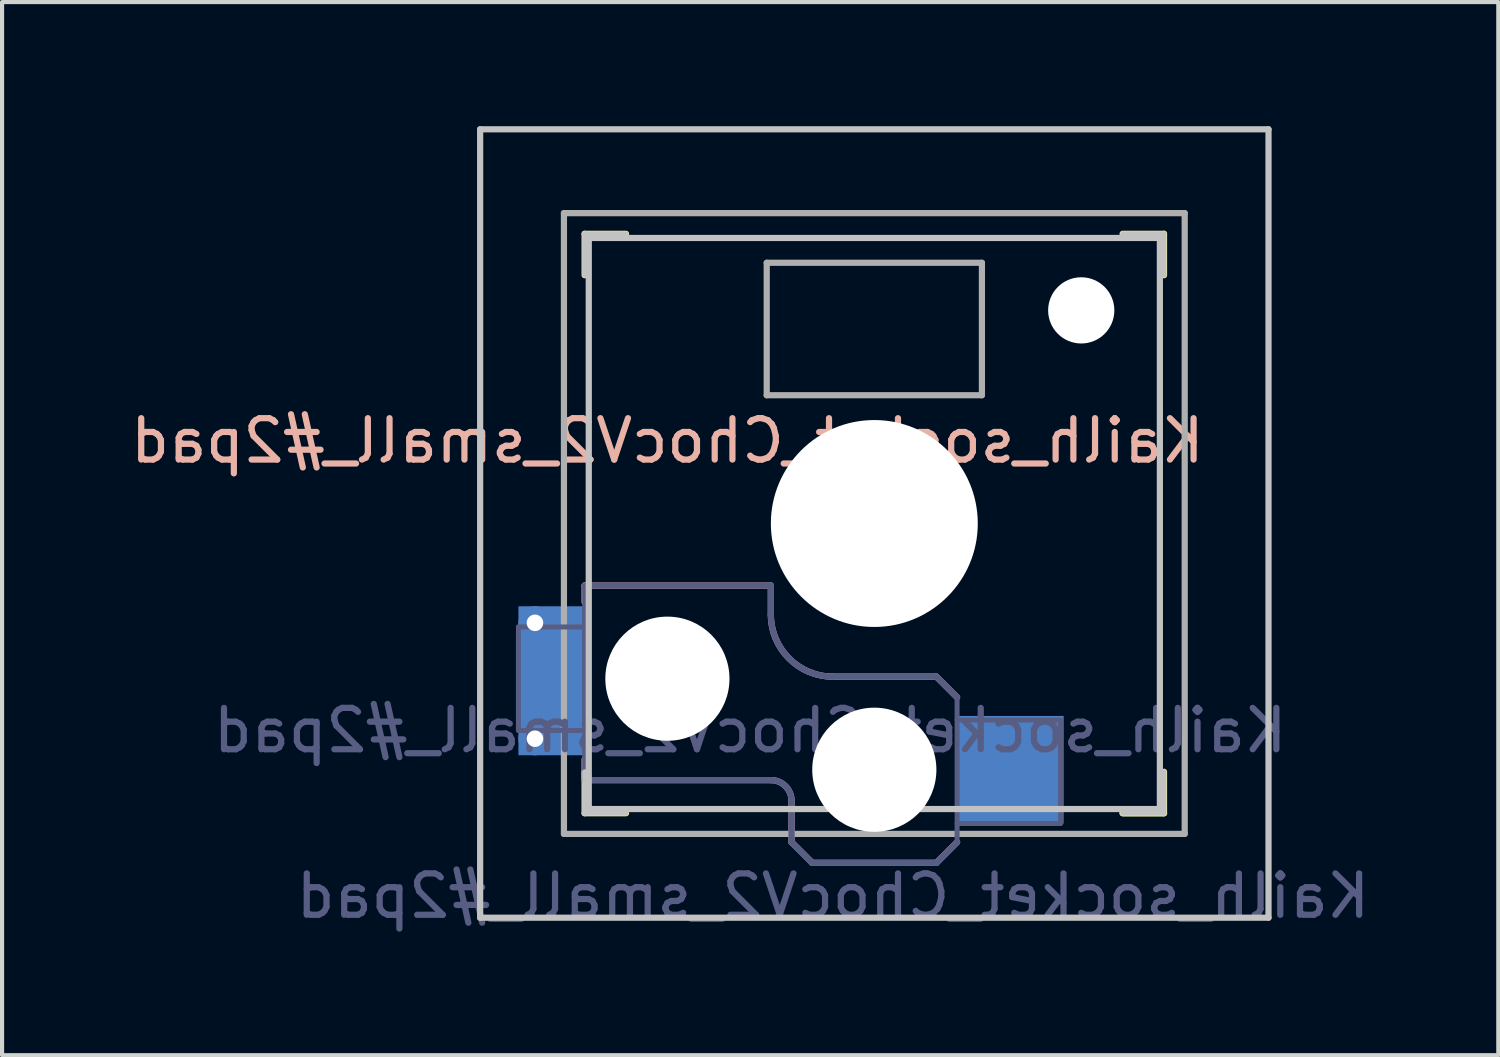
<source format=kicad_pcb>
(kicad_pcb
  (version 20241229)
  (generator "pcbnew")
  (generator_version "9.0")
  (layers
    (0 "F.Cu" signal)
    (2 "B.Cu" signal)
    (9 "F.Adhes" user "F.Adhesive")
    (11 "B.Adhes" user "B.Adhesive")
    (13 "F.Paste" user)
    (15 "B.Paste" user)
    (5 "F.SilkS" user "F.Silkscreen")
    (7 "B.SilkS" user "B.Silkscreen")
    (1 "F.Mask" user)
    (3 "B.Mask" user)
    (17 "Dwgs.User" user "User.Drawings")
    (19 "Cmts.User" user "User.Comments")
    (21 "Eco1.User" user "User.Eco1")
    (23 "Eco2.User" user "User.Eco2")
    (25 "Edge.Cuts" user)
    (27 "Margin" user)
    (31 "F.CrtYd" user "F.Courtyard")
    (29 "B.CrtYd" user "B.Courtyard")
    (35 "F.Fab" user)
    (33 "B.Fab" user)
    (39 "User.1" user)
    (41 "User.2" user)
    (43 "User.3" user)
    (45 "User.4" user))
  (footprint "Kailh_socket_ChocV2_small_#2pad"
    (layer "F.Cu")
    (at 18.077 9.6)
    (property "Reference" "Kailh_socket_ChocV2_small_#2pad" (at -5 -2 0) (layer "B.SilkS") (effects (font (size 1 1) (thickness 0.15)) (justify mirror)))
    (property "Value" "Kailh_socket_ChocV2_small_#2pad" (at 0 8.255 0) (layer "F.Fab") (hide yes) (effects (font (size 1 1) (thickness 0.15))))
    (attr through_hole)
    (fp_line (start -7 -6) (end -7 -7) (stroke (width 0.15) (type solid)) (layer "F.SilkS"))
    (fp_line (start -7 7) (end -7 6) (stroke (width 0.15) (type solid)) (layer "F.SilkS"))
    (fp_line (start -7 7) (end -6 7) (stroke (width 0.15) (type solid)) (layer "F.SilkS"))
    (fp_line (start -6 -7) (end -7 -7) (stroke (width 0.15) (type solid)) (layer "F.SilkS"))
    (fp_line (start 6 7) (end 7 7) (stroke (width 0.15) (type solid)) (layer "F.SilkS"))
    (fp_line (start 7 -7) (end 6 -7) (stroke (width 0.15) (type solid)) (layer "F.SilkS"))
    (fp_line (start 7 -7) (end 7 -6) (stroke (width 0.15) (type solid)) (layer "F.SilkS"))
    (fp_line (start 7 6) (end 7 7) (stroke (width 0.15) (type solid)) (layer "F.SilkS"))
    (fp_line (start 7 7) (end 6 7) (stroke (width 0.15) (type solid)) (layer "F.SilkS"))
    (fp_line (start -7 1.5) (end -7 1.9) (stroke (width 0.15) (type solid)) (layer "B.SilkS"))
    (fp_line (start -7 5.7) (end -7 6.2) (stroke (width 0.15) (type solid)) (layer "B.SilkS"))
    (fp_line (start -7 6.2) (end -2.5 6.2) (stroke (width 0.15) (type solid)) (layer "B.SilkS"))
    (fp_line (start -2.5 1.5) (end -7 1.5) (stroke (width 0.15) (type solid)) (layer "B.SilkS"))
    (fp_line (start -2.5 2.2) (end -2.5 1.5) (stroke (width 0.15) (type solid)) (layer "B.SilkS"))
    (fp_line (start -2 6.7) (end -2 7.7) (stroke (width 0.15) (type solid)) (layer "B.SilkS"))
    (fp_line (start -1.5 8.2) (end -2 7.7) (stroke (width 0.15) (type solid)) (layer "B.SilkS"))
    (fp_line (start 1.5 3.7) (end -1 3.7) (stroke (width 0.15) (type solid)) (layer "B.SilkS"))
    (fp_line (start 1.5 8.2) (end -1.5 8.2) (stroke (width 0.15) (type solid)) (layer "B.SilkS"))
    (fp_line (start 2 4.2) (end 1.5 3.7) (stroke (width 0.15) (type solid)) (layer "B.SilkS"))
    (fp_line (start 2 7.7) (end 1.5 8.2) (stroke (width 0.15) (type solid)) (layer "B.SilkS"))
    (fp_arc (start -2.5 6.2) (mid -2.146447 6.346447) (end -2 6.7) (stroke (width 0.15) (type solid)) (layer "B.SilkS"))
    (fp_arc (start -1 3.7) (mid -2.06066 3.26066) (end -2.5 2.2) (stroke (width 0.15) (type solid)) (layer "B.SilkS"))
    (fp_line (start -9.525 -9.525) (end 9.525 -9.525) (stroke (width 0.15) (type solid)) (layer "Dwgs.User"))
    (fp_line (start -9.525 9.525) (end -9.525 -9.525) (stroke (width 0.15) (type solid)) (layer "Dwgs.User"))
    (fp_line (start -7 -7) (end -7 -6) (stroke (width 0.12) (type solid)) (layer "Dwgs.User"))
    (fp_line (start -7 -7) (end -6 -7) (stroke (width 0.12) (type solid)) (layer "Dwgs.User"))
    (fp_line (start -7 7) (end -7 6) (stroke (width 0.12) (type solid)) (layer "Dwgs.User"))
    (fp_line (start -7 7) (end -6 7) (stroke (width 0.12) (type solid)) (layer "Dwgs.User"))
    (fp_line (start -6.9 6.9) (end -6.9 -6.9) (stroke (width 0.15) (type solid)) (layer "Dwgs.User"))
    (fp_line (start -6.9 6.9) (end 6.9 6.9) (stroke (width 0.15) (type solid)) (layer "Dwgs.User"))
    (fp_line (start 6.9 -6.9) (end -6.9 -6.9) (stroke (width 0.15) (type solid)) (layer "Dwgs.User"))
    (fp_line (start 6.9 -6.9) (end 6.9 6.9) (stroke (width 0.15) (type solid)) (layer "Dwgs.User"))
    (fp_line (start 7 -7) (end 6 -7) (stroke (width 0.12) (type solid)) (layer "Dwgs.User"))
    (fp_line (start 7 -7) (end 7 -6) (stroke (width 0.12) (type solid)) (layer "Dwgs.User"))
    (fp_line (start 7 7) (end 6 7) (stroke (width 0.12) (type solid)) (layer "Dwgs.User"))
    (fp_line (start 7 7) (end 7 6) (stroke (width 0.12) (type solid)) (layer "Dwgs.User"))
    (fp_line (start 9.525 -9.525) (end 9.525 9.525) (stroke (width 0.15) (type solid)) (layer "Dwgs.User"))
    (fp_line (start 9.525 9.525) (end -9.525 9.525) (stroke (width 0.15) (type solid)) (layer "Dwgs.User"))
    (fp_line (start -8.6 2.5) (end -7 2.5) (stroke (width 0.12) (type solid)) (layer "B.Fab"))
    (fp_line (start -8.6 5) (end -8.6 2.5) (stroke (width 0.12) (type solid)) (layer "B.Fab"))
    (fp_line (start -7 1.5) (end -7 6.2) (stroke (width 0.12) (type solid)) (layer "B.Fab"))
    (fp_line (start -7 5) (end -8.6 5) (stroke (width 0.12) (type solid)) (layer "B.Fab"))
    (fp_line (start -7 6.2) (end -2.5 6.2) (stroke (width 0.15) (type solid)) (layer "B.Fab"))
    (fp_line (start -2.5 1.5) (end -7 1.5) (stroke (width 0.15) (type solid)) (layer "B.Fab"))
    (fp_line (start -2.5 2.2) (end -2.5 1.5) (stroke (width 0.15) (type solid)) (layer "B.Fab"))
    (fp_line (start -2 6.7) (end -2 7.7) (stroke (width 0.15) (type solid)) (layer "B.Fab"))
    (fp_line (start -1.5 8.2) (end -2 7.7) (stroke (width 0.15) (type solid)) (layer "B.Fab"))
    (fp_line (start 1.5 3.7) (end -1 3.7) (stroke (width 0.15) (type solid)) (layer "B.Fab"))
    (fp_line (start 1.5 8.2) (end -1.5 8.2) (stroke (width 0.15) (type solid)) (layer "B.Fab"))
    (fp_line (start 2 4.2) (end 1.5 3.7) (stroke (width 0.15) (type solid)) (layer "B.Fab"))
    (fp_line (start 2 4.25) (end 2 7.7) (stroke (width 0.12) (type solid)) (layer "B.Fab"))
    (fp_line (start 2 4.75) (end 4.5 4.75) (stroke (width 0.12) (type solid)) (layer "B.Fab"))
    (fp_line (start 2 7.7) (end 1.5 8.2) (stroke (width 0.15) (type solid)) (layer "B.Fab"))
    (fp_line (start 4.5 4.75) (end 4.5 7.25) (stroke (width 0.12) (type solid)) (layer "B.Fab"))
    (fp_line (start 4.5 7.25) (end 2 7.25) (stroke (width 0.12) (type solid)) (layer "B.Fab"))
    (fp_arc (start -2.5 6.2) (mid -2.146447 6.346447) (end -2 6.7) (stroke (width 0.15) (type solid)) (layer "B.Fab"))
    (fp_arc (start -1 3.7) (mid -2.06066 3.26066) (end -2.5 2.2) (stroke (width 0.15) (type solid)) (layer "B.Fab"))
    (fp_line (start -7.5 -7.5) (end 7.5 -7.5) (stroke (width 0.15) (type solid)) (layer "F.Fab"))
    (fp_line (start -7.5 7.5) (end -7.5 -7.5) (stroke (width 0.15) (type solid)) (layer "F.Fab"))
    (fp_line (start -2.6 -3.1) (end -2.6 -6.3) (stroke (width 0.15) (type solid)) (layer "F.Fab"))
    (fp_line (start -2.6 -3.1) (end 2.6 -3.1) (stroke (width 0.15) (type solid)) (layer "F.Fab"))
    (fp_line (start 2.6 -6.3) (end -2.6 -6.3) (stroke (width 0.15) (type solid)) (layer "F.Fab"))
    (fp_line (start 2.6 -3.1) (end 2.6 -6.3) (stroke (width 0.15) (type solid)) (layer "F.Fab"))
    (fp_line (start 7.5 -7.5) (end 7.5 7.5) (stroke (width 0.15) (type solid)) (layer "F.Fab"))
    (fp_line (start 7.5 7.5) (end -7.5 7.5) (stroke (width 0.15) (type solid)) (layer "F.Fab"))
    (fp_text user "${VALUE}" (at -1 9 0) (layer "B.Fab") (effects (font (size 1 1) (thickness 0.15)) (justify mirror)))
    (fp_text user "${REFERENCE}" (at -3 5 0) (layer "B.Fab") (effects (font (size 1 1) (thickness 0.15)) (justify mirror)))
    (pad "" np_thru_hole circle (at -5 3.75) (size 3 3) (drill 3) (layers "*.Cu" "*.Mask"))
    (pad "" np_thru_hole circle (at 0 0) (size 5 5) (drill 5) (layers "*.Cu" "*.Mask"))
    (pad "" np_thru_hole circle (at 0 5.95) (size 3 3) (drill 3) (layers "*.Cu" "*.Mask"))
    (pad "" np_thru_hole circle (at 5 -5.15) (size 1.6 1.6) (drill 1.6) (layers "*.Cu" "*.Mask"))
    (pad "1" smd rect (at 3.275 5.95) (size 2.6 2.6) (layers "B.Cu" "B.Mask" "B.Paste"))
    (pad "2" thru_hole circle (at -8.2 2.4) (size 0.8 0.8) (drill 0.4) (layers "*.Cu" "*.Mask"))
    (pad "2" thru_hole circle (at -8.2 5.2) (size 0.8 0.8) (drill 0.4) (layers "*.Cu" "*.Mask"))
    (pad "2" smd rect (at -7.787 3.8) (size 1.625 3.6) (layers "B.Cu" "B.Mask" "B.Paste")))
  (gr_rect
    (start -3 -3)
    (end 33.155 22.448)
    (stroke (width 0.1) (type default))
    (fill no)
    (layer "Edge.Cuts")))
</source>
